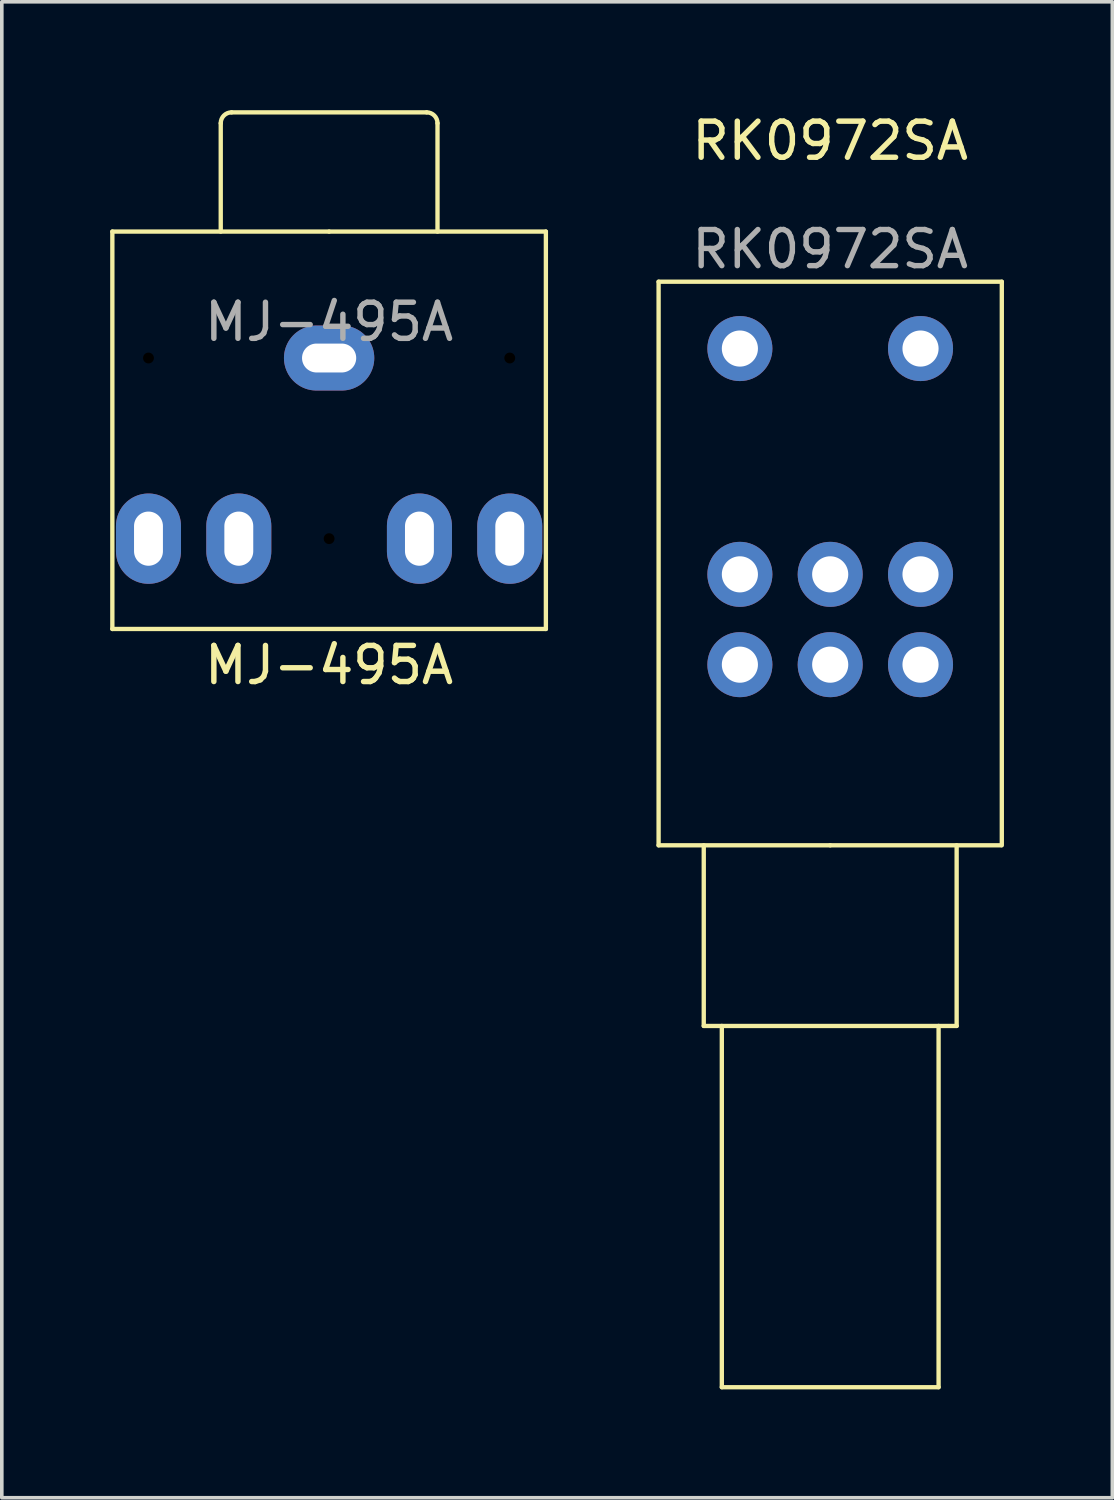
<source format=kicad_pcb>
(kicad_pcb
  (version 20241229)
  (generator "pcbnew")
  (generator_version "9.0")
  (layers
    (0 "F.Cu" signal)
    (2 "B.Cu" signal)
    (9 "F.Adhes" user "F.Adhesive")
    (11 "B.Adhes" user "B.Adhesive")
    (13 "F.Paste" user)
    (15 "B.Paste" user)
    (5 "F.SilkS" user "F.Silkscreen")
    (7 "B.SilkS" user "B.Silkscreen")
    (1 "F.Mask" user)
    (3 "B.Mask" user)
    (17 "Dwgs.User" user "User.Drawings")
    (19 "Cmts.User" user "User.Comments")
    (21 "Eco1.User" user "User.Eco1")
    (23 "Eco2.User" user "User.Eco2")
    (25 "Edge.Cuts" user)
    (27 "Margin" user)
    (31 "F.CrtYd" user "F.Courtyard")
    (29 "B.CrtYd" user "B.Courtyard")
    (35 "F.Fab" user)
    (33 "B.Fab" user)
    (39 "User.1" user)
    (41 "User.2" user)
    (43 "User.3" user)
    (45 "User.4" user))
  (footprint "MJ-495A"
    (layer "F.Cu")
    (at 6.06 3.36)
    (property "Reference" "MJ-495A" (at 0 12 0) (unlocked yes) (layer "F.SilkS") (effects (font (size 1 1) (thickness 0.15))))
    (attr through_hole)
    (fp_line (start -6 0) (end 0 0) (stroke (width 0.12) (type default)) (layer "F.SilkS"))
    (fp_line (start -6 11) (end -6 0) (stroke (width 0.12) (type default)) (layer "F.SilkS"))
    (fp_line (start -3 0) (end -3 -3) (stroke (width 0.12) (type default)) (layer "F.SilkS"))
    (fp_line (start 0 0) (end 6 0) (stroke (width 0.12) (type default)) (layer "F.SilkS"))
    (fp_line (start 2.7 -3.3) (end -2.7 -3.3) (stroke (width 0.12) (type default)) (layer "F.SilkS"))
    (fp_line (start 3 0) (end 3 -3) (stroke (width 0.12) (type default)) (layer "F.SilkS"))
    (fp_line (start 6 0) (end 6 11) (stroke (width 0.12) (type default)) (layer "F.SilkS"))
    (fp_line (start 6 11) (end -6 11) (stroke (width 0.12) (type default)) (layer "F.SilkS"))
    (fp_arc (start -3 -3) (mid -2.912132 -3.212132) (end -2.7 -3.3) (stroke (width 0.12) (type default)) (layer "F.SilkS"))
    (fp_arc (start 2.7 -3.3) (mid 2.912132 -3.212132) (end 3 -3) (stroke (width 0.12) (type default)) (layer "F.SilkS"))
    (fp_text user "${REFERENCE}" (at 0 2.5 0) (unlocked yes) (layer "F.Fab") (effects (font (size 1 1) (thickness 0.15))))
    (pad "" np_thru_hole circle (at -5 3.5 90) (size 0.3 0.3) (drill 1.2) (layers "*.Mask"))
    (pad "" np_thru_hole circle (at 0 8.5 90) (size 0.3 0.3) (drill 1.2) (layers "*.Mask"))
    (pad "" np_thru_hole circle (at 5 3.5 90) (size 0.3 0.3) (drill 1.2) (layers "*.Mask"))
    (pad "R" thru_hole oval (at -5 8.5 90) (size 2.5 1.8) (drill oval 1.5 0.8) (layers "*.Cu" "*.Mask"))
    (pad "RN" thru_hole oval (at -2.5 8.5 90) (size 2.5 1.8) (drill oval 1.5 0.8) (layers "*.Cu" "*.Mask"))
    (pad "S" thru_hole oval (at 0 3.5) (size 2.5 1.8) (drill oval 1.5 0.8) (layers "*.Cu" "*.Mask"))
    (pad "T" thru_hole oval (at 5 8.5 90) (size 2.5 1.8) (drill oval 1.5 0.8) (layers "*.Cu" "*.Mask"))
    (pad "TN" thru_hole oval (at 2.5 8.5 90) (size 2.5 1.8) (drill oval 1.5 0.8) (layers "*.Cu" "*.Mask")))
  (footprint "RK0972SA"
    (layer "F.Cu")
    (at 19.93 20.348)
    (property "Reference" "RK0972SA" (at 0 -19.5 0) (unlocked yes) (layer "F.SilkS") (effects (font (size 1 1) (thickness 0.15))))
    (attr through_hole)
    (fp_line (start -4.75 -15.6) (end 4.75 -15.6) (stroke (width 0.12) (type default)) (layer "F.SilkS"))
    (fp_line (start -4.75 0) (end -4.75 -15.6) (stroke (width 0.12) (type default)) (layer "F.SilkS"))
    (fp_line (start -3.5 0) (end -3.5 5) (stroke (width 0.12) (type default)) (layer "F.SilkS"))
    (fp_line (start -3.5 5) (end 3.5 5) (stroke (width 0.12) (type default)) (layer "F.SilkS"))
    (fp_line (start -3 5) (end -3 15) (stroke (width 0.12) (type default)) (layer "F.SilkS"))
    (fp_line (start -3 15) (end 3 15) (stroke (width 0.12) (type default)) (layer "F.SilkS"))
    (fp_line (start 0 0) (end -4.75 0) (stroke (width 0.12) (type default)) (layer "F.SilkS"))
    (fp_line (start 3 15) (end 3 5) (stroke (width 0.12) (type default)) (layer "F.SilkS"))
    (fp_line (start 3.5 5) (end 3.5 0) (stroke (width 0.12) (type default)) (layer "F.SilkS"))
    (fp_line (start 4.725 0) (end 0 0) (stroke (width 0.12) (type default)) (layer "F.SilkS"))
    (fp_line (start 4.75 -15.6) (end 4.75 0) (stroke (width 0.12) (type default)) (layer "F.SilkS"))
    (fp_text user "${REFERENCE}" (at 0 -16.5 0) (unlocked yes) (layer "F.Fab") (effects (font (size 1 1) (thickness 0.15))))
    (pad "1" thru_hole circle (at -2.5 -5) (size 1.8 1.8) (drill 1) (layers "*.Cu" "*.Mask"))
    (pad "2" thru_hole circle (at 0 -5) (size 1.8 1.8) (drill 1) (layers "*.Cu" "*.Mask"))
    (pad "3" thru_hole circle (at 2.5 -5) (size 1.8 1.8) (drill 1) (layers "*.Cu" "*.Mask"))
    (pad "4" thru_hole circle (at -2.5 -7.5) (size 1.8 1.8) (drill 1) (layers "*.Cu" "*.Mask"))
    (pad "5" thru_hole circle (at 0 -7.5) (size 1.8 1.8) (drill 1) (layers "*.Cu" "*.Mask"))
    (pad "6" thru_hole circle (at 2.5 -7.5) (size 1.8 1.8) (drill 1) (layers "*.Cu" "*.Mask"))
    (pad "7" thru_hole circle (at -2.5 -13.75) (size 1.8 1.8) (drill 1) (layers "*.Cu" "*.Mask"))
    (pad "8" thru_hole circle (at 2.5 -13.75) (size 1.8 1.8) (drill 1) (layers "*.Cu" "*.Mask")))
  (gr_rect
    (start -3 -3)
    (end 27.74 38.408)
    (stroke (width 0.1) (type default))
    (fill no)
    (layer "Edge.Cuts")))
</source>
